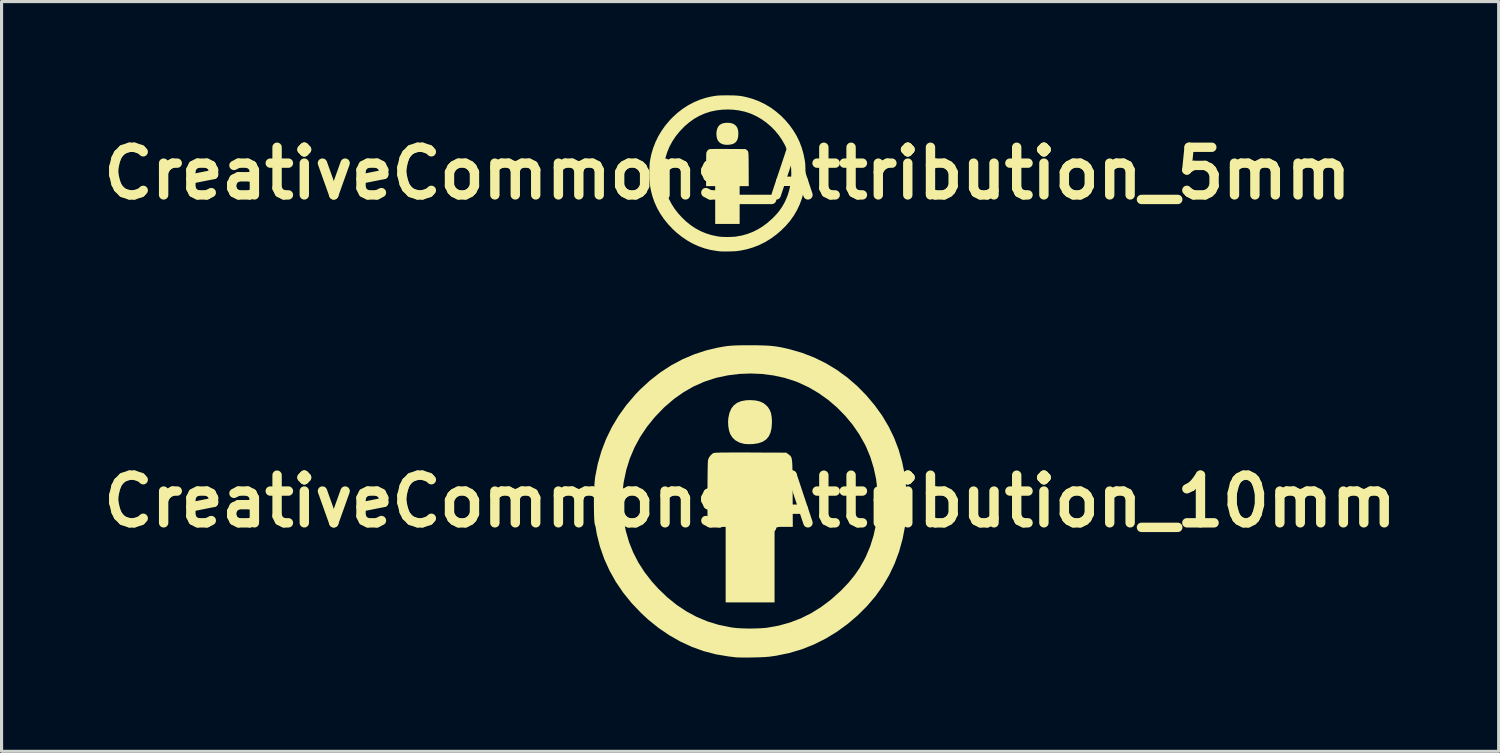
<source format=kicad_pcb>
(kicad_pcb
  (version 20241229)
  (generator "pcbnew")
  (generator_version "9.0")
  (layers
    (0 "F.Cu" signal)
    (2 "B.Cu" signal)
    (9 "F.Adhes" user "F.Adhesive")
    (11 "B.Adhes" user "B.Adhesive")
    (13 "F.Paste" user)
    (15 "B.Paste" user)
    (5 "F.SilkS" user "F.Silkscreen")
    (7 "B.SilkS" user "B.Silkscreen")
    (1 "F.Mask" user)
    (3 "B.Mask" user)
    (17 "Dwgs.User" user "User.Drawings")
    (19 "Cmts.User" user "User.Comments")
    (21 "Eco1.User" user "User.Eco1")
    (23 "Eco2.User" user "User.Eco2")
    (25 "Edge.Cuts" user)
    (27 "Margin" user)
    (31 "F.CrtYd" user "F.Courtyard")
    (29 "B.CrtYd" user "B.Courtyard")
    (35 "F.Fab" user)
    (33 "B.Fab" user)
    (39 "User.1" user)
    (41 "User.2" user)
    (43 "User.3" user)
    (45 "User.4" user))
  (footprint "CreativeCommons_Attribution_5mm"
    (layer "F.Cu")
    (at 20.218 2.495)
    (property "Reference" "CreativeCommons_Attribution_5mm" (at 0 0 0) (layer "F.SilkS") (effects (font (size 1.524 1.524) (thickness 0.3))))
    (attr board_only exclude_from_pos_files exclude_from_bom)
    (fp_poly (pts (xy 0.085 -1.613) (xy 0.157 -1.596) (xy 0.217 -1.567) (xy 0.267 -1.526) (xy 0.288 -1.502) (xy 0.315 -1.458) (xy 0.334 -1.409) (xy 0.345 -1.35) (xy 0.349 -1.279) (xy 0.349 -1.259) (xy 0.343 -1.171) (xy 0.326 -1.096) (xy 0.297 -1.036) (xy 0.256 -0.988) (xy 0.202 -0.952) (xy 0.134 -0.928) (xy 0.052 -0.916) (xy 0.027 -0.914) (xy -0.016 -0.913) (xy -0.06 -0.915) (xy -0.096 -0.918) (xy -0.1 -0.919) (xy -0.172 -0.939) (xy -0.234 -0.973) (xy -0.283 -1.019) (xy -0.319 -1.077) (xy -0.32 -1.079) (xy -0.338 -1.135) (xy -0.349 -1.201) (xy -0.352 -1.272) (xy -0.348 -1.337) (xy -0.33 -1.417) (xy -0.301 -1.483) (xy -0.261 -1.535) (xy -0.208 -1.574) (xy -0.143 -1.601) (xy -0.065 -1.615) (xy 0 -1.618)) (stroke (width 0) (type solid)) (fill yes) (layer "F.SilkS"))
    (fp_poly (pts (xy -0.123 -0.78) (xy 0.004 -0.78) (xy 0.01 -0.78) (xy 0.579 -0.777) (xy 0.612 -0.752) (xy 0.625 -0.742) (xy 0.637 -0.733) (xy 0.646 -0.724) (xy 0.654 -0.713) (xy 0.66 -0.698) (xy 0.666 -0.679) (xy 0.67 -0.653) (xy 0.673 -0.62) (xy 0.675 -0.579) (xy 0.677 -0.526) (xy 0.678 -0.462) (xy 0.679 -0.385) (xy 0.679 -0.292) (xy 0.68 -0.184) (xy 0.68 -0.13) (xy 0.682 0.409) (xy 0.391 0.409) (xy 0.391 1.618) (xy -0.391 1.618) (xy -0.391 0.409) (xy -0.682 0.409) (xy -0.682 -0.111) (xy -0.682 -0.236) (xy -0.681 -0.346) (xy -0.68 -0.441) (xy -0.679 -0.52) (xy -0.678 -0.583) (xy -0.676 -0.629) (xy -0.674 -0.657) (xy -0.672 -0.666) (xy -0.656 -0.703) (xy -0.629 -0.738) (xy -0.598 -0.764) (xy -0.584 -0.772) (xy -0.573 -0.774) (xy -0.549 -0.776) (xy -0.514 -0.778) (xy -0.465 -0.779) (xy -0.403 -0.78) (xy -0.325 -0.78) (xy -0.232 -0.78)) (stroke (width 0) (type solid)) (fill yes) (layer "F.SilkS"))
    (fp_poly (pts (xy 0.111 -2.494) (xy 0.198 -2.493) (xy 0.274 -2.489) (xy 0.342 -2.484) (xy 0.405 -2.477) (xy 0.467 -2.468) (xy 0.531 -2.455) (xy 0.601 -2.439) (xy 0.635 -2.431) (xy 0.834 -2.373) (xy 1.027 -2.298) (xy 1.212 -2.207) (xy 1.389 -2.1) (xy 1.557 -1.977) (xy 1.717 -1.839) (xy 1.856 -1.697) (xy 1.993 -1.535) (xy 2.112 -1.368) (xy 2.216 -1.195) (xy 2.303 -1.015) (xy 2.375 -0.826) (xy 2.432 -0.629) (xy 2.474 -0.42) (xy 2.484 -0.359) (xy 2.488 -0.315) (xy 2.492 -0.257) (xy 2.494 -0.187) (xy 2.496 -0.109) (xy 2.496 -0.026) (xy 2.496 0.059) (xy 2.494 0.142) (xy 2.492 0.22) (xy 2.489 0.29) (xy 2.484 0.348) (xy 2.48 0.389) (xy 2.439 0.6) (xy 2.383 0.802) (xy 2.312 0.995) (xy 2.225 1.178) (xy 2.123 1.353) (xy 2.005 1.519) (xy 1.87 1.676) (xy 1.719 1.826) (xy 1.564 1.959) (xy 1.39 2.086) (xy 1.209 2.197) (xy 1.021 2.29) (xy 0.827 2.367) (xy 0.626 2.427) (xy 0.419 2.47) (xy 0.304 2.486) (xy 0.265 2.49) (xy 0.214 2.493) (xy 0.153 2.495) (xy 0.086 2.497) (xy 0.017 2.499) (xy -0.05 2.499) (xy -0.114 2.499) (xy -0.17 2.498) (xy -0.214 2.497) (xy -0.244 2.494) (xy -0.245 2.494) (xy -0.265 2.492) (xy -0.296 2.488) (xy -0.334 2.483) (xy -0.35 2.481) (xy -0.547 2.448) (xy -0.74 2.397) (xy -0.93 2.329) (xy -1.114 2.245) (xy -1.293 2.143) (xy -1.465 2.025) (xy -1.631 1.892) (xy -1.744 1.787) (xy -1.896 1.627) (xy -2.031 1.461) (xy -2.149 1.287) (xy -2.25 1.107) (xy -2.334 0.92) (xy -2.402 0.726) (xy -2.452 0.525) (xy -2.486 0.318) (xy -2.491 0.27) (xy -2.495 0.216) (xy -2.498 0.148) (xy -2.499 0.071) (xy -2.499 0.043) (xy -2.04 0.043) (xy -2.038 0.133) (xy -2.033 0.216) (xy -2.025 0.286) (xy -2.024 0.291) (xy -1.988 0.475) (xy -1.937 0.651) (xy -1.871 0.818) (xy -1.788 0.978) (xy -1.69 1.132) (xy -1.574 1.281) (xy -1.468 1.398) (xy -1.324 1.537) (xy -1.174 1.658) (xy -1.017 1.762) (xy -0.853 1.85) (xy -0.682 1.921) (xy -0.504 1.976) (xy -0.317 2.015) (xy -0.266 2.022) (xy -0.205 2.029) (xy -0.132 2.033) (xy -0.05 2.035) (xy 0.035 2.035) (xy 0.118 2.033) (xy 0.195 2.029) (xy 0.26 2.024) (xy 0.27 2.022) (xy 0.456 1.99) (xy 0.635 1.94) (xy 0.808 1.874) (xy 0.975 1.791) (xy 1.136 1.691) (xy 1.292 1.573) (xy 1.443 1.439) (xy 1.469 1.414) (xy 1.576 1.301) (xy 1.668 1.188) (xy 1.748 1.071) (xy 1.82 0.946) (xy 1.85 0.886) (xy 1.92 0.722) (xy 1.974 0.551) (xy 2.013 0.373) (xy 2.036 0.192) (xy 2.044 0.008) (xy 2.037 -0.175) (xy 2.014 -0.357) (xy 1.976 -0.536) (xy 1.923 -0.708) (xy 1.854 -0.874) (xy 1.837 -0.909) (xy 1.746 -1.069) (xy 1.641 -1.222) (xy 1.522 -1.366) (xy 1.392 -1.498) (xy 1.25 -1.619) (xy 1.1 -1.727) (xy 0.942 -1.82) (xy 0.779 -1.897) (xy 0.718 -1.921) (xy 0.551 -1.974) (xy 0.376 -2.012) (xy 0.195 -2.035) (xy 0.011 -2.043) (xy -0.173 -2.036) (xy -0.355 -2.014) (xy -0.532 -1.977) (xy -0.565 -1.968) (xy -0.738 -1.91) (xy -0.903 -1.836) (xy -1.062 -1.746) (xy -1.213 -1.639) (xy -1.359 -1.515) (xy -1.386 -1.489) (xy -1.527 -1.342) (xy -1.652 -1.188) (xy -1.759 -1.027) (xy -1.85 -0.86) (xy -1.923 -0.685) (xy -1.98 -0.504) (xy -2.02 -0.316) (xy -2.024 -0.291) (xy -2.032 -0.222) (xy -2.038 -0.14) (xy -2.04 -0.05) (xy -2.04 0.043) (xy -2.499 0.043) (xy -2.498 -0.012) (xy -2.497 -0.096) (xy -2.494 -0.179) (xy -2.49 -0.256) (xy -2.486 -0.324) (xy -2.48 -0.379) (xy -2.478 -0.391) (xy -2.437 -0.6) (xy -2.378 -0.802) (xy -2.303 -0.997) (xy -2.211 -1.186) (xy -2.103 -1.366) (xy -1.979 -1.54) (xy -1.838 -1.705) (xy -1.759 -1.786) (xy -1.602 -1.932) (xy -1.436 -2.061) (xy -1.263 -2.174) (xy -1.082 -2.27) (xy -0.894 -2.351) (xy -0.699 -2.414) (xy -0.532 -2.454) (xy -0.472 -2.465) (xy -0.42 -2.474) (xy -0.37 -2.481) (xy -0.321 -2.487) (xy -0.269 -2.491) (xy -0.21 -2.493) (xy -0.142 -2.494) (xy -0.062 -2.495) (xy 0.009 -2.495)) (stroke (width 0) (type solid)) (fill yes) (layer "F.SilkS")))
  (footprint "CreativeCommons_Attribution_10mm"
    (layer "F.Cu")
    (at 20.944 12.984)
    (property "Reference" "CreativeCommons_Attribution_10mm" (at 0 0 0) (layer "F.SilkS") (effects (font (size 1.524 1.524) (thickness 0.3))))
    (attr board_only exclude_from_pos_files exclude_from_bom)
    (fp_poly (pts (xy 0.17 -3.225) (xy 0.314 -3.192) (xy 0.435 -3.135) (xy 0.534 -3.052) (xy 0.576 -3.003) (xy 0.63 -2.917) (xy 0.668 -2.818) (xy 0.689 -2.701) (xy 0.698 -2.557) (xy 0.698 -2.518) (xy 0.686 -2.341) (xy 0.652 -2.193) (xy 0.594 -2.071) (xy 0.512 -1.976) (xy 0.404 -1.905) (xy 0.268 -1.857) (xy 0.105 -1.831) (xy 0.055 -1.828) (xy -0.033 -1.826) (xy -0.121 -1.829) (xy -0.192 -1.836) (xy -0.2 -1.838) (xy -0.345 -1.879) (xy -0.468 -1.946) (xy -0.566 -2.038) (xy -0.638 -2.153) (xy -0.64 -2.158) (xy -0.676 -2.27) (xy -0.698 -2.403) (xy -0.705 -2.543) (xy -0.695 -2.673) (xy -0.659 -2.833) (xy -0.602 -2.965) (xy -0.521 -3.07) (xy -0.417 -3.148) (xy -0.287 -3.202) (xy -0.131 -3.23) (xy 0 -3.236)) (stroke (width 0) (type solid)) (fill yes) (layer "F.SilkS"))
    (fp_poly (pts (xy -0.246 -1.56) (xy 0.008 -1.56) (xy 0.02 -1.559) (xy 1.157 -1.555) (xy 1.224 -1.504) (xy 1.251 -1.484) (xy 1.273 -1.466) (xy 1.292 -1.447) (xy 1.308 -1.425) (xy 1.321 -1.396) (xy 1.331 -1.358) (xy 1.339 -1.307) (xy 1.346 -1.241) (xy 1.35 -1.157) (xy 1.353 -1.052) (xy 1.356 -0.924) (xy 1.357 -0.769) (xy 1.358 -0.585) (xy 1.359 -0.368) (xy 1.36 -0.259) (xy 1.365 0.818) (xy 0.782 0.818) (xy 0.782 3.236) (xy -0.782 3.236) (xy -0.782 0.818) (xy -1.364 0.818) (xy -1.364 -0.223) (xy -1.363 -0.473) (xy -1.362 -0.693) (xy -1.36 -0.883) (xy -1.358 -1.041) (xy -1.355 -1.166) (xy -1.351 -1.258) (xy -1.347 -1.315) (xy -1.344 -1.332) (xy -1.311 -1.406) (xy -1.259 -1.475) (xy -1.197 -1.528) (xy -1.168 -1.544) (xy -1.145 -1.548) (xy -1.099 -1.552) (xy -1.028 -1.555) (xy -0.931 -1.558) (xy -0.806 -1.559) (xy -0.651 -1.56) (xy -0.465 -1.561)) (stroke (width 0) (type solid)) (fill yes) (layer "F.SilkS"))
    (fp_poly (pts (xy 0.222 -4.989) (xy 0.396 -4.985) (xy 0.548 -4.979) (xy 0.683 -4.969) (xy 0.81 -4.954) (xy 0.934 -4.935) (xy 1.062 -4.91) (xy 1.202 -4.878) (xy 1.269 -4.862) (xy 1.668 -4.746) (xy 2.054 -4.596) (xy 2.424 -4.414) (xy 2.778 -4.2) (xy 3.115 -3.954) (xy 3.433 -3.678) (xy 3.712 -3.394) (xy 3.985 -3.07) (xy 4.225 -2.737) (xy 4.431 -2.39) (xy 4.606 -2.03) (xy 4.75 -1.653) (xy 4.863 -1.257) (xy 4.948 -0.841) (xy 4.967 -0.718) (xy 4.976 -0.631) (xy 4.983 -0.514) (xy 4.988 -0.374) (xy 4.991 -0.217) (xy 4.992 -0.051) (xy 4.991 0.118) (xy 4.989 0.284) (xy 4.984 0.44) (xy 4.977 0.58) (xy 4.969 0.696) (xy 4.96 0.777) (xy 4.878 1.201) (xy 4.767 1.605) (xy 4.624 1.99) (xy 4.451 2.356) (xy 4.246 2.705) (xy 4.009 3.037) (xy 3.74 3.352) (xy 3.439 3.652) (xy 3.128 3.918) (xy 2.78 4.172) (xy 2.418 4.393) (xy 2.042 4.581) (xy 1.653 4.735) (xy 1.251 4.855) (xy 0.837 4.94) (xy 0.608 4.972) (xy 0.53 4.979) (xy 0.427 4.985) (xy 0.306 4.991) (xy 0.173 4.994) (xy 0.035 4.997) (xy -0.101 4.999) (xy -0.228 4.998) (xy -0.339 4.997) (xy -0.428 4.994) (xy -0.488 4.989) (xy -0.491 4.988) (xy -0.529 4.983) (xy -0.592 4.975) (xy -0.669 4.966) (xy -0.7 4.962) (xy -1.094 4.896) (xy -1.481 4.795) (xy -1.859 4.659) (xy -2.228 4.489) (xy -2.585 4.286) (xy -2.93 4.051) (xy -3.262 3.784) (xy -3.488 3.574) (xy -3.792 3.255) (xy -4.061 2.922) (xy -4.297 2.575) (xy -4.499 2.214) (xy -4.668 1.84) (xy -4.803 1.452) (xy -4.905 1.05) (xy -4.972 0.636) (xy -4.983 0.54) (xy -4.99 0.432) (xy -4.995 0.297) (xy -4.997 0.142) (xy -4.997 0.086) (xy -4.081 0.086) (xy -4.076 0.267) (xy -4.065 0.432) (xy -4.05 0.573) (xy -4.048 0.582) (xy -3.976 0.951) (xy -3.874 1.301) (xy -3.741 1.636) (xy -3.577 1.956) (xy -3.379 2.264) (xy -3.148 2.562) (xy -2.936 2.797) (xy -2.648 3.074) (xy -2.348 3.316) (xy -2.034 3.525) (xy -1.706 3.7) (xy -1.364 3.843) (xy -1.008 3.952) (xy -0.635 4.029) (xy -0.531 4.045) (xy -0.411 4.057) (xy -0.263 4.065) (xy -0.1 4.07) (xy 0.07 4.07) (xy 0.237 4.066) (xy 0.39 4.059) (xy 0.52 4.047) (xy 0.54 4.045) (xy 0.912 3.979) (xy 1.27 3.88) (xy 1.616 3.748) (xy 1.95 3.582) (xy 2.273 3.381) (xy 2.585 3.147) (xy 2.886 2.877) (xy 2.937 2.827) (xy 3.151 2.601) (xy 3.336 2.375) (xy 3.497 2.142) (xy 3.64 1.892) (xy 3.701 1.773) (xy 3.84 1.445) (xy 3.948 1.101) (xy 4.026 0.746) (xy 4.073 0.383) (xy 4.089 0.016) (xy 4.074 -0.351) (xy 4.029 -0.715) (xy 3.952 -1.071) (xy 3.845 -1.417) (xy 3.708 -1.747) (xy 3.673 -1.817) (xy 3.492 -2.139) (xy 3.282 -2.444) (xy 3.044 -2.731) (xy 2.783 -2.997) (xy 2.501 -3.239) (xy 2.2 -3.454) (xy 1.885 -3.64) (xy 1.557 -3.794) (xy 1.436 -3.842) (xy 1.102 -3.948) (xy 0.751 -4.024) (xy 0.39 -4.071) (xy 0.022 -4.087) (xy -0.346 -4.073) (xy -0.71 -4.028) (xy -1.064 -3.953) (xy -1.13 -3.935) (xy -1.476 -3.82) (xy -1.807 -3.673) (xy -2.123 -3.492) (xy -2.427 -3.279) (xy -2.718 -3.031) (xy -2.773 -2.979) (xy -3.055 -2.685) (xy -3.303 -2.377) (xy -3.518 -2.055) (xy -3.699 -1.719) (xy -3.847 -1.37) (xy -3.96 -1.008) (xy -4.04 -0.631) (xy -4.048 -0.582) (xy -4.064 -0.443) (xy -4.075 -0.279) (xy -4.081 -0.099) (xy -4.081 0.086) (xy -4.997 0.086) (xy -4.997 -0.023) (xy -4.994 -0.193) (xy -4.988 -0.358) (xy -4.981 -0.513) (xy -4.971 -0.648) (xy -4.959 -0.757) (xy -4.956 -0.782) (xy -4.873 -1.199) (xy -4.756 -1.604) (xy -4.606 -1.995) (xy -4.423 -2.371) (xy -4.206 -2.733) (xy -3.957 -3.079) (xy -3.675 -3.41) (xy -3.519 -3.573) (xy -3.204 -3.863) (xy -2.872 -4.122) (xy -2.525 -4.348) (xy -2.163 -4.541) (xy -1.787 -4.701) (xy -1.398 -4.828) (xy -1.064 -4.907) (xy -0.945 -4.93) (xy -0.839 -4.949) (xy -0.741 -4.963) (xy -0.642 -4.974) (xy -0.537 -4.981) (xy -0.42 -4.986) (xy -0.285 -4.989) (xy -0.124 -4.99) (xy 0.018 -4.99)) (stroke (width 0) (type solid)) (fill yes) (layer "F.SilkS")))
  (gr_rect
    (start -3 -3)
    (end 44.888 20.983)
    (stroke (width 0.1) (type default))
    (fill no)
    (layer "Edge.Cuts")))
</source>
